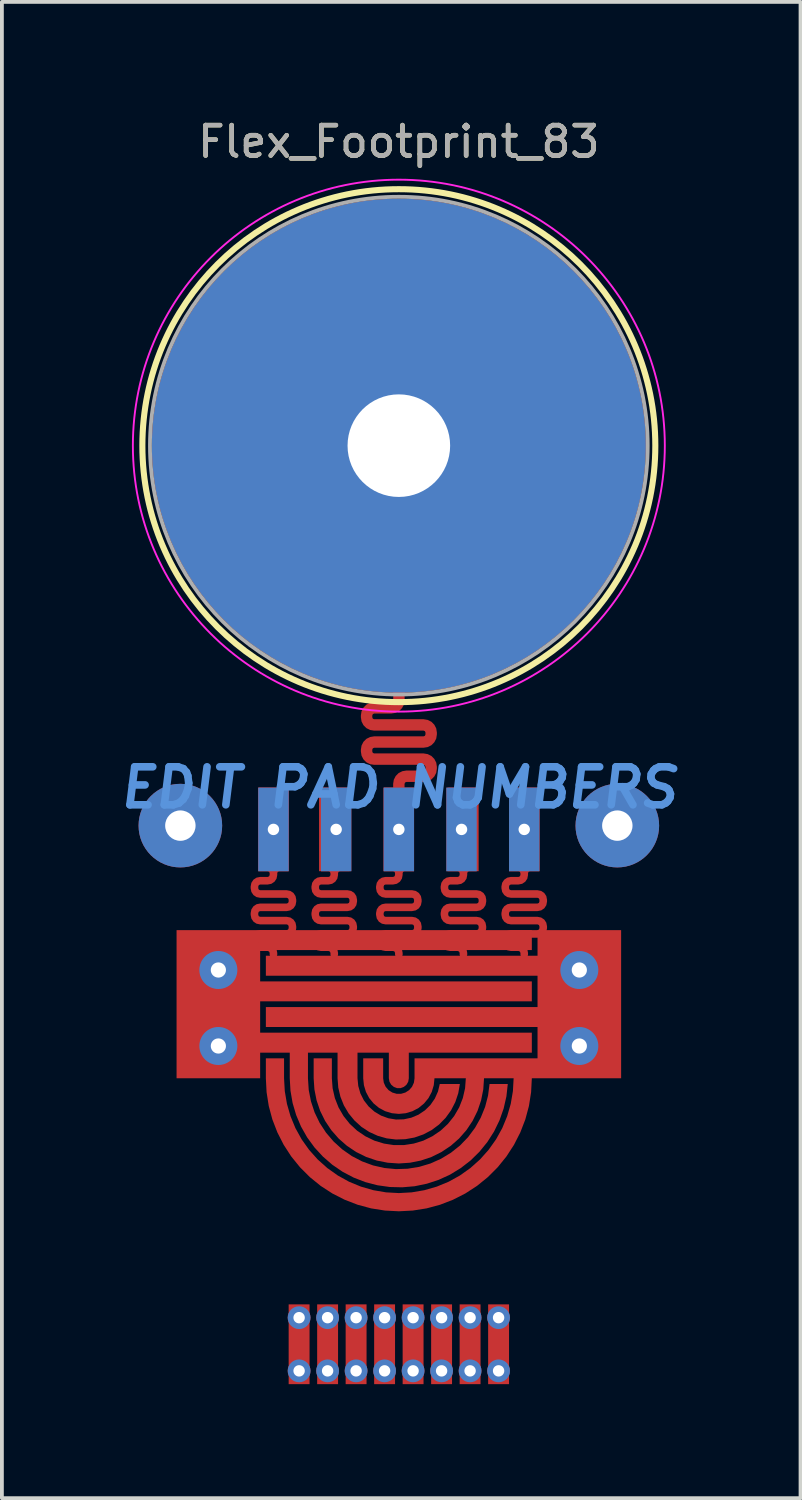
<source format=kicad_pcb>
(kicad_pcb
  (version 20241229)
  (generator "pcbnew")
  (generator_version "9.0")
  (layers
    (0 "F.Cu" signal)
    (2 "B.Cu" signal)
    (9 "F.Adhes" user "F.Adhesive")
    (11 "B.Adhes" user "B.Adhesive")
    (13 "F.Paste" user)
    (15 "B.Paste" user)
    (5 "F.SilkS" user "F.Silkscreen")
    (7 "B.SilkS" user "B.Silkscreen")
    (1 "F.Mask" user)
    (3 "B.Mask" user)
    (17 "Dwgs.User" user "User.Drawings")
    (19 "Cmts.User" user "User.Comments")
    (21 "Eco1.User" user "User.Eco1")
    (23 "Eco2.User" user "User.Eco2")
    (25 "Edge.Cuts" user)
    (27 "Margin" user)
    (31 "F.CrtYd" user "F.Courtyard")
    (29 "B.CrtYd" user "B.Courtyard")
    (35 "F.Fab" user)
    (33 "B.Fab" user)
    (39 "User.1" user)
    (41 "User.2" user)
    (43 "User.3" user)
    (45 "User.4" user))
  (footprint "Flex_Footprint_83"
    (layer "F.Cu")
    (at 7.447 8.679)
    (property "Reference" "Flex_Footprint_83" (at 0 -8 0) (layer "F.SilkS") (effects (font (size 0.8 0.8) (thickness 0.12))))
    (attr through_hole)
    (fp_circle (center 0 0) (end -6.75 0) (stroke (width 0.16) (type solid)) (fill no) (layer "F.SilkS"))
    (fp_circle (center 0 0) (end -7 0) (stroke (width 0.05) (type solid)) (fill no) (layer "F.CrtYd"))
    (fp_circle (center 0 0) (end -6.55 0) (stroke (width 0.1) (type solid)) (fill no) (layer "F.Fab"))
    (fp_text user "EDIT PAD NUMBERS" (at 0 9 0) (layer "Cmts.User") (effects (font (size 1 1) (thickness 0.2) (italic yes))))
    (fp_text user "${REFERENCE}" (at 0 -8 0) (layer "F.Fab") (effects (font (size 0.8 0.8) (thickness 0.12))))
    (pad "#" thru_hole circle (at -5.75 10) (size 2.2 2.2) (drill 0.8) (layers "*.Cu" "*.Mask"))
    (pad "#" smd custom (at -4.85 14.75) (size 0.2 0.2) (layers "F.Cu" "F.Mask") (options (anchor circle)) (primitives (gr_poly (pts (xy 8.35 -1.475) (xy 1.2 -1.475) (xy 1.2 -0.65) (xy 8.35 -0.65) (xy 8.35 -0.125) (xy 1.2 -0.125) (xy 1.2 0.7) (xy 8.35 0.7) (xy 8.35 1.225) (xy 5.112 1.225) (xy 5.112 1.9) (xy 5.097 1.99) (xy 5.051 2.069) (xy 4.981 2.127) (xy 4.896 2.159) (xy 4.804 2.159) (xy 4.719 2.127) (xy 4.649 2.069) (xy 4.603 1.99) (xy 4.587 1.9) (xy 4.587 1.225) (xy 3.762 1.225) (xy 3.762 1.9) (xy 3.782 2.103) (xy 3.838 2.299) (xy 3.93 2.481) (xy 4.055 2.642) (xy 4.207 2.777) (xy 4.382 2.882) (xy 4.574 2.952) (xy 4.775 2.985) (xy 4.979 2.98) (xy 5.178 2.937) (xy 5.366 2.858) (xy 5.535 2.745) (xy 5.681 2.602) (xy 5.797 2.434) (xy 5.88 2.248) (xy 5.927 2.05) (xy 6.456 2.05) (xy 6.414 2.292) (xy 6.336 2.525) (xy 6.224 2.743) (xy 6.08 2.942) (xy 5.908 3.117) (xy 5.711 3.264) (xy 5.494 3.378) (xy 5.262 3.459) (xy 5.02 3.503) (xy 4.775 3.511) (xy 4.531 3.481) (xy 4.295 3.414) (xy 4.071 3.312) (xy 3.866 3.178) (xy 3.684 3.013) (xy 3.528 2.823) (xy 3.403 2.612) (xy 3.312 2.384) (xy 3.256 2.145) (xy 3.237 1.9) (xy 3.237 1.225) (xy 2.458 1.225) (xy 2.458 1.9) (xy 2.478 2.206) (xy 2.537 2.507) (xy 2.633 2.798) (xy 2.766 3.074) (xy 2.934 3.331) (xy 3.133 3.564) (xy 3.36 3.77) (xy 3.611 3.946) (xy 3.883 4.087) (xy 4.171 4.193) (xy 4.47 4.261) (xy 4.775 4.29) (xy 5.081 4.28) (xy 5.384 4.231) (xy 5.678 4.144) (xy 5.958 4.019) (xy 6.22 3.86) (xy 6.46 3.669) (xy 6.673 3.448) (xy 6.856 3.202) (xy 7.006 2.935) (xy 7.121 2.651) (xy 7.198 2.354) (xy 7.237 2.05) (xy 7.717 2.05) (xy 7.681 2.376) (xy 7.608 2.696) (xy 7.499 3.006) (xy 7.356 3.301) (xy 7.179 3.578) (xy 6.972 3.833) (xy 6.738 4.063) (xy 6.478 4.264) (xy 6.198 4.435) (xy 5.9 4.572) (xy 5.588 4.674) (xy 5.266 4.741) (xy 4.939 4.769) (xy 4.611 4.761) (xy 4.286 4.715) (xy 3.968 4.632) (xy 3.662 4.514) (xy 3.371 4.361) (xy 3.1 4.176) (xy 2.852 3.961) (xy 2.63 3.72) (xy 2.436 3.454) (xy 2.275 3.169) (xy 2.147 2.866) (xy 2.054 2.551) (xy 1.998 2.228) (xy 1.979 1.9) (xy 1.979 1.225) (xy 1.2 1.225) (xy 1.2 1.9) (xy -1 1.9) (xy -1 -2) (xy 8.35 -2)) (width 0) (fill yes))))
    (pad "#" thru_hole circle (at -4.75 13.8) (size 1 1) (drill 0.4) (layers "*.Cu" "*.Mask"))
    (pad "#" thru_hole circle (at -4.75 15.8) (size 1 1) (drill 0.4) (layers "*.Cu" "*.Mask"))
    (pad "#" thru_hole rect (at -3.3 10.1) (size 0.8 2.2) (drill 0.3) (layers "*.Cu" "*.Mask"))
    (pad "#" smd custom (at -3.3 13.4) (size 0.1 0.1) (layers "F.Cu" "F.Mask") (options (anchor circle)) (primitives (gr_poly (pts (xy -0.15 -2.05) (xy -0.115 -2.065) (xy -0.1 -2.1) (xy -0.1 -2.15) (xy -0.115 -2.185) (xy -0.15 -2.2) (xy -0.4 -2.2) (xy -0.4 -4.4) (xy 0.4 -4.4) (xy 0.4 -2.2) (xy 0.15 -2.2) (xy 0.115 -2.185) (xy 0.1 -2.15) (xy 0.1 -2.1) (xy 0.081 -2.004) (xy 0.027 -1.923) (xy -0.054 -1.869) (xy -0.15 -1.85) (xy -0.35 -1.85) (xy -0.385 -1.835) (xy -0.4 -1.8) (xy -0.4 -1.75) (xy -0.385 -1.715) (xy -0.35 -1.7) (xy 0.35 -1.7) (xy 0.446 -1.681) (xy 0.527 -1.627) (xy 0.581 -1.546) (xy 0.6 -1.45) (xy 0.6 -1.4) (xy 0.581 -1.304) (xy 0.527 -1.223) (xy 0.446 -1.169) (xy 0.35 -1.15) (xy -0.35 -1.15) (xy -0.385 -1.135) (xy -0.4 -1.1) (xy -0.4 -1.05) (xy -0.385 -1.015) (xy -0.35 -1) (xy 0.35 -1) (xy 0.446 -0.981) (xy 0.527 -0.927) (xy 0.581 -0.846) (xy 0.6 -0.75) (xy 0.6 -0.7) (xy 0.581 -0.604) (xy 0.527 -0.523) (xy 0.446 -0.469) (xy 0.35 -0.45) (xy -0.35 -0.45) (xy -0.385 -0.435) (xy -0.4 -0.4) (xy -0.4 -0.35) (xy -0.385 -0.315) (xy -0.35 -0.3) (xy -0.15 -0.3) (xy -0.054 -0.281) (xy 0.027 -0.227) (xy 0.081 -0.146) (xy 0.1 -0.05) (xy 0.1 0) (xy 0.081 0.059) (xy 0.031 0.095) (xy -0.031 0.095) (xy -0.081 0.059) (xy -0.1 0) (xy -0.1 -0.05) (xy -0.115 -0.085) (xy -0.15 -0.1) (xy -0.35 -0.1) (xy -0.446 -0.119) (xy -0.527 -0.173) (xy -0.581 -0.254) (xy -0.6 -0.35) (xy -0.6 -0.4) (xy -0.581 -0.496) (xy -0.527 -0.577) (xy -0.446 -0.631) (xy -0.35 -0.65) (xy 0.35 -0.65) (xy 0.385 -0.665) (xy 0.4 -0.7) (xy 0.4 -0.75) (xy 0.385 -0.785) (xy 0.35 -0.8) (xy -0.35 -0.8) (xy -0.446 -0.819) (xy -0.527 -0.873) (xy -0.581 -0.954) (xy -0.6 -1.05) (xy -0.6 -1.1) (xy -0.581 -1.196) (xy -0.527 -1.277) (xy -0.446 -1.331) (xy -0.35 -1.35) (xy 0.35 -1.35) (xy 0.385 -1.365) (xy 0.4 -1.4) (xy 0.4 -1.45) (xy 0.385 -1.485) (xy 0.35 -1.5) (xy -0.35 -1.5) (xy -0.446 -1.519) (xy -0.527 -1.573) (xy -0.581 -1.654) (xy -0.6 -1.75) (xy -0.6 -1.8) (xy -0.581 -1.896) (xy -0.527 -1.977) (xy -0.446 -2.031) (xy -0.35 -2.05)) (width 0) (fill yes))))
    (pad "#" thru_hole circle (at -2.625 22.95) (size 0.6 0.6) (drill 0.3) (layers "*.Cu" "*.Mask"))
    (pad "#" smd custom (at -2.625 23.65) (size 0.2 0.2) (layers "F.Cu" "F.Mask") (options (anchor circle)) (primitives (gr_poly (pts (xy -0.275 -1.05) (xy -0.275 1.05) (xy 0.275 1.05) (xy 0.275 -1.05)) (width 0) (fill yes))))
    (pad "#" thru_hole circle (at -2.625 24.35) (size 0.6 0.6) (drill 0.3) (layers "*.Cu" "*.Mask"))
    (pad "#" thru_hole circle (at -1.875 22.95) (size 0.6 0.6) (drill 0.3) (layers "*.Cu" "*.Mask"))
    (pad "#" smd custom (at -1.875 23.65) (size 0.2 0.2) (layers "F.Cu" "F.Mask") (options (anchor circle)) (primitives (gr_poly (pts (xy 0.275 -1.05) (xy 0.275 1.05) (xy -0.275 1.05) (xy -0.275 -1.05)) (width 0) (fill yes))))
    (pad "#" thru_hole circle (at -1.875 24.35) (size 0.6 0.6) (drill 0.3) (layers "*.Cu" "*.Mask"))
    (pad "#" smd custom (at -1.7 13.4) (size 0.1 0.1) (layers "F.Cu" "F.Mask") (options (anchor circle)) (primitives (gr_poly (pts (xy -0.15 -2.05) (xy -0.115 -2.065) (xy -0.1 -2.1) (xy -0.1 -2.15) (xy -0.115 -2.185) (xy -0.15 -2.2) (xy -0.4 -2.2) (xy -0.4 -4.4) (xy 0.4 -4.4) (xy 0.4 -2.2) (xy 0.15 -2.2) (xy 0.115 -2.185) (xy 0.1 -2.15) (xy 0.1 -2.1) (xy 0.081 -2.004) (xy 0.027 -1.923) (xy -0.054 -1.869) (xy -0.15 -1.85) (xy -0.35 -1.85) (xy -0.385 -1.835) (xy -0.4 -1.8) (xy -0.4 -1.75) (xy -0.385 -1.715) (xy -0.35 -1.7) (xy 0.35 -1.7) (xy 0.446 -1.681) (xy 0.527 -1.627) (xy 0.581 -1.546) (xy 0.6 -1.45) (xy 0.6 -1.4) (xy 0.581 -1.304) (xy 0.527 -1.223) (xy 0.446 -1.169) (xy 0.35 -1.15) (xy -0.35 -1.15) (xy -0.385 -1.135) (xy -0.4 -1.1) (xy -0.4 -1.05) (xy -0.385 -1.015) (xy -0.35 -1) (xy 0.35 -1) (xy 0.446 -0.981) (xy 0.527 -0.927) (xy 0.581 -0.846) (xy 0.6 -0.75) (xy 0.6 -0.7) (xy 0.581 -0.604) (xy 0.527 -0.523) (xy 0.446 -0.469) (xy 0.35 -0.45) (xy -0.35 -0.45) (xy -0.385 -0.435) (xy -0.4 -0.4) (xy -0.4 -0.35) (xy -0.385 -0.315) (xy -0.35 -0.3) (xy -0.15 -0.3) (xy -0.054 -0.281) (xy 0.027 -0.227) (xy 0.081 -0.146) (xy 0.1 -0.05) (xy 0.1 0) (xy 0.081 0.059) (xy 0.031 0.095) (xy -0.031 0.095) (xy -0.081 0.059) (xy -0.1 0) (xy -0.1 -0.05) (xy -0.115 -0.085) (xy -0.15 -0.1) (xy -0.35 -0.1) (xy -0.446 -0.119) (xy -0.527 -0.173) (xy -0.581 -0.254) (xy -0.6 -0.35) (xy -0.6 -0.4) (xy -0.581 -0.496) (xy -0.527 -0.577) (xy -0.446 -0.631) (xy -0.35 -0.65) (xy 0.35 -0.65) (xy 0.385 -0.665) (xy 0.4 -0.7) (xy 0.4 -0.75) (xy 0.385 -0.785) (xy 0.35 -0.8) (xy -0.35 -0.8) (xy -0.446 -0.819) (xy -0.527 -0.873) (xy -0.581 -0.954) (xy -0.6 -1.05) (xy -0.6 -1.1) (xy -0.581 -1.196) (xy -0.527 -1.277) (xy -0.446 -1.331) (xy -0.35 -1.35) (xy 0.35 -1.35) (xy 0.385 -1.365) (xy 0.4 -1.4) (xy 0.4 -1.45) (xy 0.385 -1.485) (xy 0.35 -1.5) (xy -0.35 -1.5) (xy -0.446 -1.519) (xy -0.527 -1.573) (xy -0.581 -1.654) (xy -0.6 -1.75) (xy -0.6 -1.8) (xy -0.581 -1.896) (xy -0.527 -1.977) (xy -0.446 -2.031) (xy -0.35 -2.05)) (width 0) (fill yes))))
    (pad "#" thru_hole rect (at -1.65 10.1) (size 0.8 2.2) (drill 0.3) (layers "*.Cu" "*.Mask"))
    (pad "#" thru_hole circle (at -1.125 22.95) (size 0.6 0.6) (drill 0.3) (layers "*.Cu" "*.Mask"))
    (pad "#" smd custom (at -1.125 23.65) (size 0.2 0.2) (layers "F.Cu" "F.Mask") (options (anchor circle)) (primitives (gr_poly (pts (xy 0.275 -1.05) (xy 0.275 1.05) (xy -0.275 1.05) (xy -0.275 -1.05)) (width 0) (fill yes))))
    (pad "#" thru_hole circle (at -1.125 24.35) (size 0.6 0.6) (drill 0.3) (layers "*.Cu" "*.Mask"))
    (pad "#" thru_hole circle (at -0.375 22.95) (size 0.6 0.6) (drill 0.3) (layers "*.Cu" "*.Mask"))
    (pad "#" smd custom (at -0.375 23.65) (size 0.2 0.2) (layers "F.Cu" "F.Mask") (options (anchor circle)) (primitives (gr_poly (pts (xy 0.275 1.05) (xy -0.275 1.05) (xy -0.275 -1.05) (xy 0.275 -1.05)) (width 0) (fill yes))))
    (pad "#" thru_hole circle (at -0.375 24.35) (size 0.6 0.6) (drill 0.3) (layers "*.Cu" "*.Mask"))
    (pad "#" thru_hole circle (at 0 0) (size 13 13) (drill 2.7) (layers "*.Cu" "*.Mask"))
    (pad "#" smd custom (at 0 9.033) (size 0.073 0.073) (layers "F.Cu" "F.Mask") (options (anchor circle)) (primitives (gr_poly (pts (xy -0.15 2.317) (xy -0.115 2.302) (xy -0.1 2.267) (xy -0.1 2.217) (xy -0.115 2.181) (xy -0.15 2.167) (xy -0.4 2.167) (xy -0.4 -0.033) (xy 0.4 -0.033) (xy 0.4 2.167) (xy 0.15 2.167) (xy 0.115 2.181) (xy 0.1 2.217) (xy 0.1 2.267) (xy 0.081 2.362) (xy 0.027 2.444) (xy -0.054 2.498) (xy -0.15 2.517) (xy -0.35 2.517) (xy -0.385 2.531) (xy -0.4 2.567) (xy -0.4 2.617) (xy -0.385 2.652) (xy -0.35 2.667) (xy 0.35 2.667) (xy 0.446 2.686) (xy 0.527 2.74) (xy 0.581 2.821) (xy 0.6 2.917) (xy 0.6 2.967) (xy 0.581 3.062) (xy 0.527 3.144) (xy 0.446 3.198) (xy 0.35 3.217) (xy -0.35 3.217) (xy -0.385 3.231) (xy -0.4 3.267) (xy -0.4 3.317) (xy -0.385 3.352) (xy -0.35 3.367) (xy 0.35 3.367) (xy 0.446 3.386) (xy 0.527 3.44) (xy 0.581 3.521) (xy 0.6 3.617) (xy 0.6 3.667) (xy 0.581 3.762) (xy 0.527 3.844) (xy 0.446 3.898) (xy 0.35 3.917) (xy -0.35 3.917) (xy -0.385 3.931) (xy -0.4 3.967) (xy -0.4 4.017) (xy -0.385 4.052) (xy -0.35 4.067) (xy -0.15 4.067) (xy -0.054 4.086) (xy 0.027 4.14) (xy 0.081 4.221) (xy 0.1 4.317) (xy 0.1 4.367) (xy 0.081 4.426) (xy 0.031 4.462) (xy -0.031 4.462) (xy -0.081 4.426) (xy -0.1 4.367) (xy -0.1 4.317) (xy -0.115 4.281) (xy -0.15 4.267) (xy -0.35 4.267) (xy -0.446 4.248) (xy -0.527 4.194) (xy -0.581 4.112) (xy -0.6 4.017) (xy -0.6 3.967) (xy -0.581 3.871) (xy -0.527 3.79) (xy -0.446 3.736) (xy -0.35 3.717) (xy 0.35 3.717) (xy 0.385 3.702) (xy 0.4 3.667) (xy 0.4 3.617) (xy 0.385 3.581) (xy 0.35 3.567) (xy -0.35 3.567) (xy -0.446 3.548) (xy -0.527 3.494) (xy -0.581 3.412) (xy -0.6 3.317) (xy -0.6 3.267) (xy -0.581 3.171) (xy -0.527 3.09) (xy -0.446 3.036) (xy -0.35 3.017) (xy 0.35 3.017) (xy 0.385 3.002) (xy 0.4 2.967) (xy 0.4 2.917) (xy 0.385 2.881) (xy 0.35 2.867) (xy -0.35 2.867) (xy -0.446 2.848) (xy -0.527 2.794) (xy -0.581 2.712) (xy -0.6 2.617) (xy -0.6 2.567) (xy -0.581 2.471) (xy -0.527 2.39) (xy -0.446 2.336) (xy -0.35 2.317)) (width 0) (fill yes))))
    (pad "#" smd custom (at 0 9.033) (size 0.073 0.073) (layers "F.Cu" "F.Mask") (options (anchor circle)) (primitives (gr_poly (pts (xy -0.198 -2.283) (xy -0.162 -2.297) (xy -0.148 -2.333) (xy -0.148 -2.595) (xy 0.152 -2.595) (xy 0.152 -2.333) (xy 0.135 -2.224) (xy 0.085 -2.127) (xy 0.008 -2.049) (xy -0.09 -2) (xy -0.198 -1.983) (xy -0.649 -1.983) (xy -0.684 -1.968) (xy -0.699 -1.933) (xy -0.699 -1.883) (xy -0.684 -1.847) (xy -0.649 -1.833) (xy 0.651 -1.833) (xy 0.759 -1.815) (xy 0.857 -1.766) (xy 0.934 -1.688) (xy 0.984 -1.591) (xy 1.001 -1.483) (xy 1.001 -1.433) (xy 0.984 -1.324) (xy 0.934 -1.227) (xy 0.857 -1.149) (xy 0.759 -1.1) (xy 0.651 -1.083) (xy -0.649 -1.083) (xy -0.684 -1.068) (xy -0.699 -1.033) (xy -0.699 -0.983) (xy -0.684 -0.947) (xy -0.649 -0.933) (xy 0.651 -0.933) (xy 0.759 -0.915) (xy 0.857 -0.866) (xy 0.934 -0.788) (xy 0.984 -0.691) (xy 1.001 -0.583) (xy 1.001 -0.533) (xy 0.984 -0.424) (xy 0.934 -0.327) (xy 0.857 -0.249) (xy 0.759 -0.2) (xy 0.651 -0.183) (xy 0.2 -0.183) (xy 0.165 -0.168) (xy 0.15 -0.133) (xy 0.15 0) (xy 0.135 0.065) (xy 0.094 0.117) (xy 0.033 0.146) (xy -0.033 0.146) (xy -0.094 0.117) (xy -0.135 0.065) (xy -0.15 0) (xy -0.15 -0.133) (xy -0.133 -0.241) (xy -0.083 -0.338) (xy -0.006 -0.416) (xy 0.092 -0.465) (xy 0.2 -0.483) (xy 0.651 -0.483) (xy 0.686 -0.497) (xy 0.701 -0.533) (xy 0.701 -0.583) (xy 0.686 -0.618) (xy 0.651 -0.633) (xy -0.649 -0.633) (xy -0.757 -0.65) (xy -0.855 -0.699) (xy -0.932 -0.777) (xy -0.982 -0.874) (xy -0.999 -0.983) (xy -0.999 -1.033) (xy -0.982 -1.141) (xy -0.932 -1.238) (xy -0.855 -1.316) (xy -0.757 -1.365) (xy -0.649 -1.383) (xy 0.651 -1.383) (xy 0.686 -1.397) (xy 0.701 -1.433) (xy 0.701 -1.483) (xy 0.686 -1.518) (xy 0.651 -1.533) (xy -0.649 -1.533) (xy -0.757 -1.55) (xy -0.855 -1.599) (xy -0.932 -1.677) (xy -0.982 -1.774) (xy -0.999 -1.883) (xy -0.999 -1.933) (xy -0.982 -2.041) (xy -0.932 -2.138) (xy -0.855 -2.216) (xy -0.757 -2.265) (xy -0.649 -2.283)) (width 0) (fill yes))))
    (pad "#" thru_hole rect (at 0 10.1) (size 0.8 2.2) (drill 0.3) (layers "*.Cu" "*.Mask"))
    (pad "#" thru_hole circle (at 0.375 22.95) (size 0.6 0.6) (drill 0.3) (layers "*.Cu" "*.Mask"))
    (pad "#" smd custom (at 0.375 23.65) (size 0.2 0.2) (layers "F.Cu" "F.Mask") (options (anchor circle)) (primitives (gr_poly (pts (xy 0.275 -1.05) (xy 0.275 1.05) (xy -0.275 1.05) (xy -0.275 -1.05)) (width 0) (fill yes))))
    (pad "#" thru_hole circle (at 0.375 24.35) (size 0.6 0.6) (drill 0.3) (layers "*.Cu" "*.Mask"))
    (pad "#" thru_hole circle (at 1.125 22.95) (size 0.6 0.6) (drill 0.3) (layers "*.Cu" "*.Mask"))
    (pad "#" smd custom (at 1.125 23.65) (size 0.2 0.2) (layers "F.Cu" "F.Mask") (options (anchor circle)) (primitives (gr_poly (pts (xy 0.275 -1.05) (xy 0.275 1.05) (xy -0.275 1.05) (xy -0.275 -1.05)) (width 0) (fill yes))))
    (pad "#" thru_hole circle (at 1.125 24.35) (size 0.6 0.6) (drill 0.3) (layers "*.Cu" "*.Mask"))
    (pad "#" thru_hole rect (at 1.65 10.1) (size 0.8 2.2) (drill 0.3) (layers "*.Cu" "*.Mask"))
    (pad "#" smd custom (at 1.7 13.4) (size 0.1 0.1) (layers "F.Cu" "F.Mask") (options (anchor circle)) (primitives (gr_poly (pts (xy -0.15 -2.05) (xy -0.115 -2.065) (xy -0.1 -2.1) (xy -0.1 -2.15) (xy -0.115 -2.185) (xy -0.15 -2.2) (xy -0.4 -2.2) (xy -0.4 -4.4) (xy 0.4 -4.4) (xy 0.4 -2.2) (xy 0.15 -2.2) (xy 0.115 -2.185) (xy 0.1 -2.15) (xy 0.1 -2.1) (xy 0.081 -2.004) (xy 0.027 -1.923) (xy -0.054 -1.869) (xy -0.15 -1.85) (xy -0.35 -1.85) (xy -0.385 -1.835) (xy -0.4 -1.8) (xy -0.4 -1.75) (xy -0.385 -1.715) (xy -0.35 -1.7) (xy 0.35 -1.7) (xy 0.446 -1.681) (xy 0.527 -1.627) (xy 0.581 -1.546) (xy 0.6 -1.45) (xy 0.6 -1.4) (xy 0.581 -1.304) (xy 0.527 -1.223) (xy 0.446 -1.169) (xy 0.35 -1.15) (xy -0.35 -1.15) (xy -0.385 -1.135) (xy -0.4 -1.1) (xy -0.4 -1.05) (xy -0.385 -1.015) (xy -0.35 -1) (xy 0.35 -1) (xy 0.446 -0.981) (xy 0.527 -0.927) (xy 0.581 -0.846) (xy 0.6 -0.75) (xy 0.6 -0.7) (xy 0.581 -0.604) (xy 0.527 -0.523) (xy 0.446 -0.469) (xy 0.35 -0.45) (xy -0.35 -0.45) (xy -0.385 -0.435) (xy -0.4 -0.4) (xy -0.4 -0.35) (xy -0.385 -0.315) (xy -0.35 -0.3) (xy -0.15 -0.3) (xy -0.054 -0.281) (xy 0.027 -0.227) (xy 0.081 -0.146) (xy 0.1 -0.05) (xy 0.1 0) (xy 0.081 0.059) (xy 0.031 0.095) (xy -0.031 0.095) (xy -0.081 0.059) (xy -0.1 0) (xy -0.1 -0.05) (xy -0.115 -0.085) (xy -0.15 -0.1) (xy -0.35 -0.1) (xy -0.446 -0.119) (xy -0.527 -0.173) (xy -0.581 -0.254) (xy -0.6 -0.35) (xy -0.6 -0.4) (xy -0.581 -0.496) (xy -0.527 -0.577) (xy -0.446 -0.631) (xy -0.35 -0.65) (xy 0.35 -0.65) (xy 0.385 -0.665) (xy 0.4 -0.7) (xy 0.4 -0.75) (xy 0.385 -0.785) (xy 0.35 -0.8) (xy -0.35 -0.8) (xy -0.446 -0.819) (xy -0.527 -0.873) (xy -0.581 -0.954) (xy -0.6 -1.05) (xy -0.6 -1.1) (xy -0.581 -1.196) (xy -0.527 -1.277) (xy -0.446 -1.331) (xy -0.35 -1.35) (xy 0.35 -1.35) (xy 0.385 -1.365) (xy 0.4 -1.4) (xy 0.4 -1.45) (xy 0.385 -1.485) (xy 0.35 -1.5) (xy -0.35 -1.5) (xy -0.446 -1.519) (xy -0.527 -1.573) (xy -0.581 -1.654) (xy -0.6 -1.75) (xy -0.6 -1.8) (xy -0.581 -1.896) (xy -0.527 -1.977) (xy -0.446 -2.031) (xy -0.35 -2.05)) (width 0) (fill yes))))
    (pad "#" thru_hole circle (at 1.875 22.95) (size 0.6 0.6) (drill 0.3) (layers "*.Cu" "*.Mask"))
    (pad "#" smd custom (at 1.875 23.65) (size 0.2 0.2) (layers "F.Cu" "F.Mask") (options (anchor circle)) (primitives (gr_poly (pts (xy 0.275 -1.05) (xy 0.275 1.05) (xy -0.275 1.05) (xy -0.275 -1.05)) (width 0) (fill yes))))
    (pad "#" thru_hole circle (at 1.875 24.35) (size 0.6 0.6) (drill 0.3) (layers "*.Cu" "*.Mask"))
    (pad "#" thru_hole circle (at 2.625 22.95) (size 0.6 0.6) (drill 0.3) (layers "*.Cu" "*.Mask"))
    (pad "#" smd custom (at 2.625 23.65) (size 0.2 0.2) (layers "F.Cu" "F.Mask") (options (anchor circle)) (primitives (gr_poly (pts (xy 0.275 -1.05) (xy 0.275 1.05) (xy -0.275 1.05) (xy -0.275 -1.05)) (width 0) (fill yes))))
    (pad "#" thru_hole circle (at 2.625 24.35) (size 0.6 0.6) (drill 0.3) (layers "*.Cu" "*.Mask"))
    (pad "#" thru_hole rect (at 3.3 10.1) (size 0.8 2.2) (drill 0.3) (layers "*.Cu" "*.Mask"))
    (pad "#" smd custom (at 3.3 13.4) (size 0.1 0.1) (layers "F.Cu" "F.Mask") (options (anchor circle)) (primitives (gr_poly (pts (xy -0.15 -2.05) (xy -0.115 -2.065) (xy -0.1 -2.1) (xy -0.1 -2.15) (xy -0.115 -2.185) (xy -0.15 -2.2) (xy -0.4 -2.2) (xy -0.4 -4.4) (xy 0.4 -4.4) (xy 0.4 -2.2) (xy 0.15 -2.2) (xy 0.115 -2.185) (xy 0.1 -2.15) (xy 0.1 -2.1) (xy 0.081 -2.004) (xy 0.027 -1.923) (xy -0.054 -1.869) (xy -0.15 -1.85) (xy -0.35 -1.85) (xy -0.385 -1.835) (xy -0.4 -1.8) (xy -0.4 -1.75) (xy -0.385 -1.715) (xy -0.35 -1.7) (xy 0.35 -1.7) (xy 0.446 -1.681) (xy 0.527 -1.627) (xy 0.581 -1.546) (xy 0.6 -1.45) (xy 0.6 -1.4) (xy 0.581 -1.304) (xy 0.527 -1.223) (xy 0.446 -1.169) (xy 0.35 -1.15) (xy -0.35 -1.15) (xy -0.385 -1.135) (xy -0.4 -1.1) (xy -0.4 -1.05) (xy -0.385 -1.015) (xy -0.35 -1) (xy 0.35 -1) (xy 0.446 -0.981) (xy 0.527 -0.927) (xy 0.581 -0.846) (xy 0.6 -0.75) (xy 0.6 -0.7) (xy 0.581 -0.604) (xy 0.527 -0.523) (xy 0.446 -0.469) (xy 0.35 -0.45) (xy -0.35 -0.45) (xy -0.385 -0.435) (xy -0.4 -0.4) (xy -0.4 -0.35) (xy -0.385 -0.315) (xy -0.35 -0.3) (xy -0.15 -0.3) (xy -0.054 -0.281) (xy 0.027 -0.227) (xy 0.081 -0.146) (xy 0.1 -0.05) (xy 0.1 0) (xy 0.081 0.059) (xy 0.031 0.095) (xy -0.031 0.095) (xy -0.081 0.059) (xy -0.1 0) (xy -0.1 -0.05) (xy -0.115 -0.085) (xy -0.15 -0.1) (xy -0.35 -0.1) (xy -0.446 -0.119) (xy -0.527 -0.173) (xy -0.581 -0.254) (xy -0.6 -0.35) (xy -0.6 -0.4) (xy -0.581 -0.496) (xy -0.527 -0.577) (xy -0.446 -0.631) (xy -0.35 -0.65) (xy 0.35 -0.65) (xy 0.385 -0.665) (xy 0.4 -0.7) (xy 0.4 -0.75) (xy 0.385 -0.785) (xy 0.35 -0.8) (xy -0.35 -0.8) (xy -0.446 -0.819) (xy -0.527 -0.873) (xy -0.581 -0.954) (xy -0.6 -1.05) (xy -0.6 -1.1) (xy -0.581 -1.196) (xy -0.527 -1.277) (xy -0.446 -1.331) (xy -0.35 -1.35) (xy 0.35 -1.35) (xy 0.385 -1.365) (xy 0.4 -1.4) (xy 0.4 -1.45) (xy 0.385 -1.485) (xy 0.35 -1.5) (xy -0.35 -1.5) (xy -0.446 -1.519) (xy -0.527 -1.573) (xy -0.581 -1.654) (xy -0.6 -1.75) (xy -0.6 -1.8) (xy -0.581 -1.896) (xy -0.527 -1.977) (xy -0.446 -2.031) (xy -0.35 -2.05)) (width 0) (fill yes))))
    (pad "#" thru_hole circle (at 4.75 13.8) (size 1 1) (drill 0.4) (layers "*.Cu" "*.Mask"))
    (pad "#" thru_hole circle (at 4.75 15.8) (size 1 1) (drill 0.4) (layers "*.Cu" "*.Mask"))
    (pad "#" smd custom (at 4.85 14.75) (size 0.2 0.2) (layers "F.Cu" "F.Mask") (options (anchor circle)) (primitives (gr_poly (pts (xy -8.331 2.266) (xy -8.274 2.628) (xy -8.179 2.982) (xy -8.047 3.324) (xy -7.881 3.65) (xy -7.682 3.957) (xy -7.451 4.242) (xy -7.192 4.501) (xy -6.907 4.732) (xy -6.6 4.931) (xy -6.274 5.097) (xy -5.932 5.229) (xy -5.578 5.324) (xy -5.216 5.381) (xy -4.85 5.4) (xy -4.484 5.381) (xy -4.122 5.324) (xy -3.768 5.229) (xy -3.426 5.097) (xy -3.1 4.931) (xy -2.793 4.732) (xy -2.508 4.501) (xy -2.249 4.242) (xy -2.018 3.957) (xy -1.819 3.65) (xy -1.653 3.324) (xy -1.521 2.982) (xy -1.426 2.628) (xy -1.369 2.266) (xy -1.35 1.9) (xy 1 1.9) (xy 1 -2) (xy -1.2 -2) (xy -1.2 -1.325) (xy -8.35 -1.325) (xy -8.35 -0.8) (xy -1.2 -0.8) (xy -1.2 0.025) (xy -8.35 0.025) (xy -8.35 0.55) (xy -1.2 0.55) (xy -1.2 1.375) (xy -4.437 1.375) (xy -4.437 1.9) (xy -4.454 2.016) (xy -4.503 2.123) (xy -4.58 2.212) (xy -4.679 2.275) (xy -4.791 2.308) (xy -4.909 2.308) (xy -5.021 2.275) (xy -5.12 2.212) (xy -5.197 2.123) (xy -5.246 2.016) (xy -5.263 1.9) (xy -5.263 1.375) (xy -5.788 1.375) (xy -5.788 1.9) (xy -5.769 2.083) (xy -5.716 2.259) (xy -5.63 2.421) (xy -5.513 2.563) (xy -5.371 2.68) (xy -5.209 2.766) (xy -5.033 2.819) (xy -4.85 2.837) (xy -4.667 2.819) (xy -4.491 2.766) (xy -4.329 2.68) (xy -4.187 2.563) (xy -4.07 2.421) (xy -3.984 2.259) (xy -3.931 2.083) (xy -3.912 1.9) (xy -3.087 1.9) (xy -3.107 2.163) (xy -3.166 2.42) (xy -3.262 2.665) (xy -3.394 2.893) (xy -3.558 3.099) (xy -3.751 3.278) (xy -3.969 3.426) (xy -4.206 3.541) (xy -4.458 3.618) (xy -4.718 3.658) (xy -4.982 3.658) (xy -5.242 3.618) (xy -5.494 3.541) (xy -5.731 3.426) (xy -5.949 3.278) (xy -6.142 3.099) (xy -6.306 2.893) (xy -6.438 2.665) (xy -6.534 2.42) (xy -6.593 2.163) (xy -6.613 1.9) (xy -6.613 1.375) (xy -7.092 1.375) (xy -7.092 1.9) (xy -7.072 2.193) (xy -7.015 2.48) (xy -6.921 2.758) (xy -6.791 3.021) (xy -6.628 3.265) (xy -6.435 3.485) (xy -6.215 3.678) (xy -5.971 3.841) (xy -5.708 3.971) (xy -5.43 4.065) (xy -5.143 4.122) (xy -4.85 4.142) (xy -4.557 4.122) (xy -4.27 4.065) (xy -3.992 3.971) (xy -3.729 3.841) (xy -3.485 3.678) (xy -3.265 3.485) (xy -3.072 3.265) (xy -2.909 3.021) (xy -2.779 2.758) (xy -2.685 2.48) (xy -2.628 2.193) (xy -2.608 1.9) (xy -1.829 1.9) (xy -1.848 2.238) (xy -1.905 2.572) (xy -1.999 2.898) (xy -2.128 3.211) (xy -2.292 3.507) (xy -2.488 3.783) (xy -2.714 4.036) (xy -2.967 4.262) (xy -3.243 4.458) (xy -3.539 4.622) (xy -3.852 4.751) (xy -4.178 4.845) (xy -4.512 4.902) (xy -4.85 4.921) (xy -5.188 4.902) (xy -5.522 4.845) (xy -5.848 4.751) (xy -6.161 4.622) (xy -6.457 4.458) (xy -6.733 4.262) (xy -6.986 4.036) (xy -7.212 3.783) (xy -7.408 3.507) (xy -7.572 3.211) (xy -7.701 2.898) (xy -7.795 2.572) (xy -7.852 2.238) (xy -7.871 1.9) (xy -7.871 1.375) (xy -8.35 1.375) (xy -8.35 1.9)) (width 0) (fill yes))))
    (pad "#" thru_hole circle (at 5.75 10) (size 2.2 2.2) (drill 0.8) (layers "*.Cu" "*.Mask")))
  (gr_rect
    (start -3 -3)
    (end 18.019 36.379)
    (stroke (width 0.1) (type default))
    (fill no)
    (layer "Edge.Cuts")))
</source>
